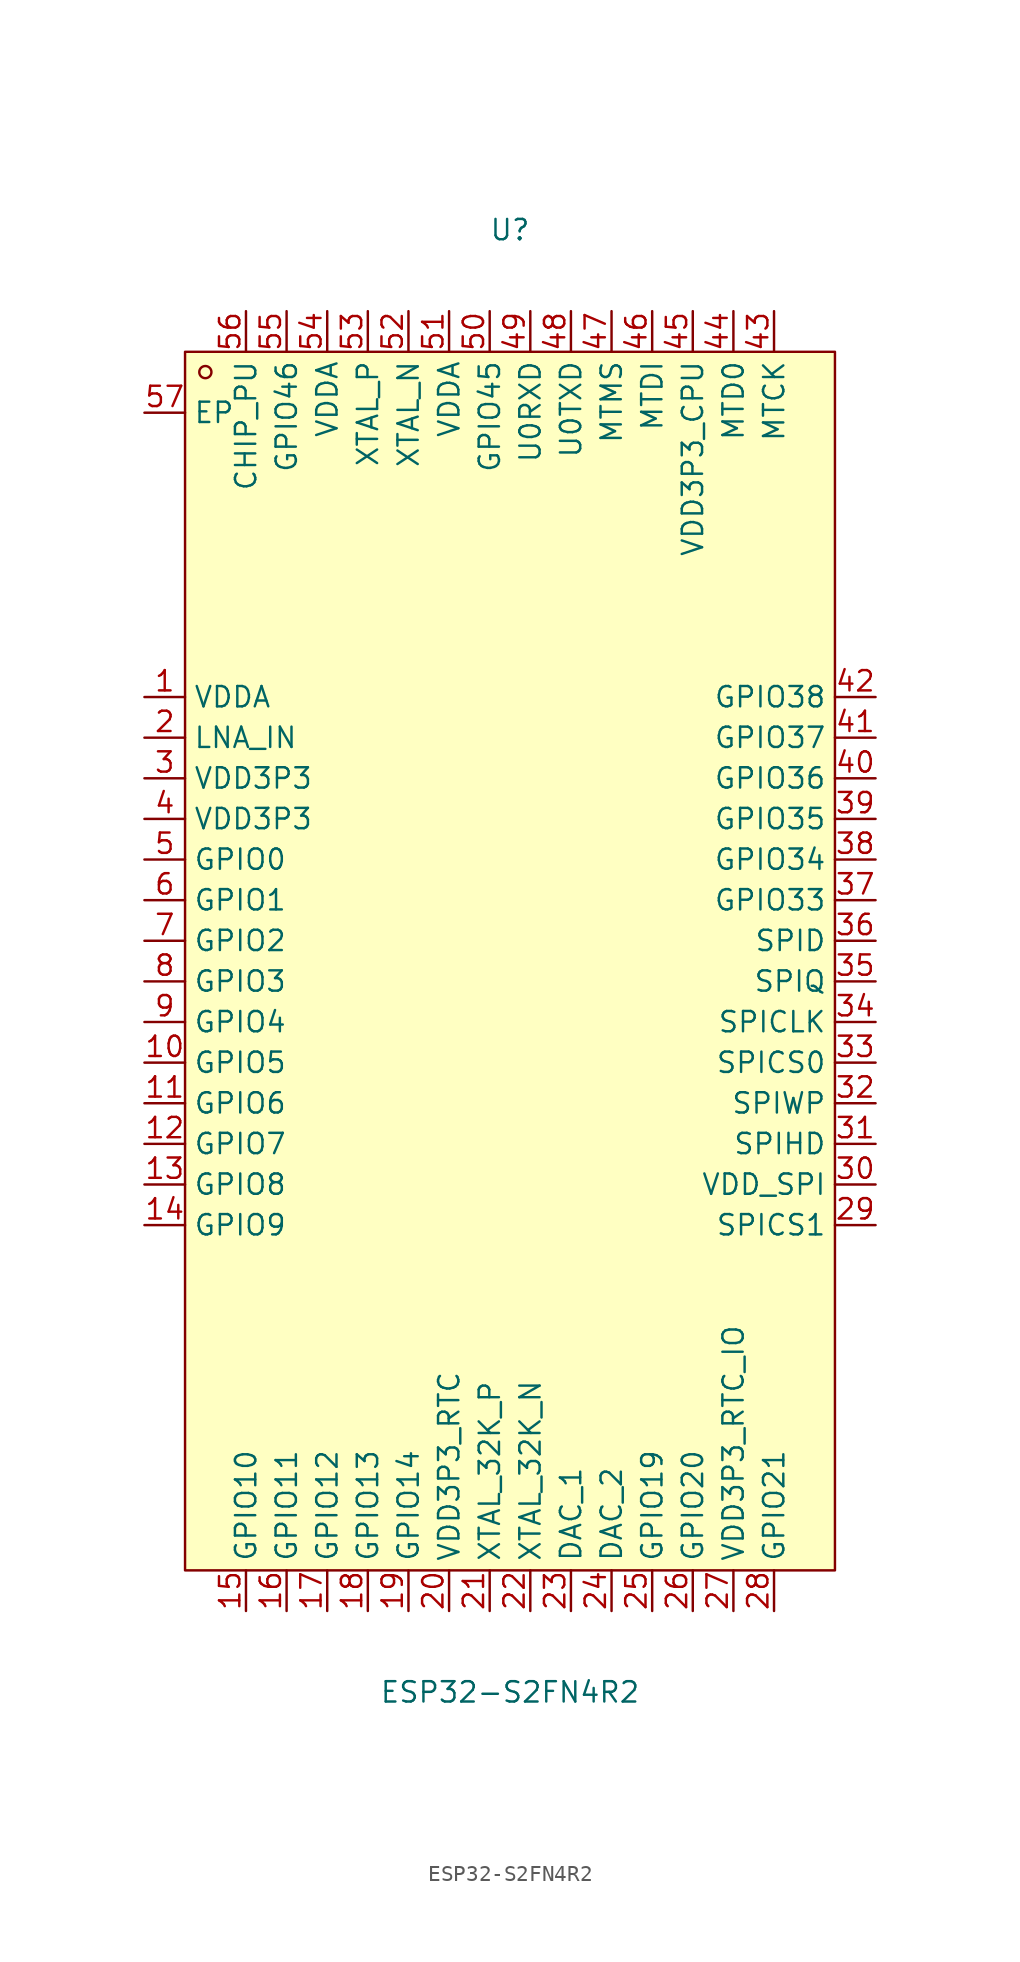
<source format=kicad_sym>
(kicad_symbol_lib
  (version 20211014)
  (generator https://github.com/uPesy/easyeda2kicad.py)
  (symbol "ESP32-S2FN4R2"
    (property "Reference" "U"
      (at 0 45.72 0)
      (effects (font (size 1.27 1.27))))
    (property "Value" "ESP32-S2FN4R2"
      (at 0 -45.72 0)
      (effects (font (size 1.27 1.27))))
    (symbol "ESP32-S2FN4R2_0_1"
      (rectangle (start -20.32 38.10) (end 20.32 -38.10) (stroke (width 0) (type default) (color 0 0 0 0)) (fill (type background)))
      (circle (center -19.05 36.83) (radius 0.38) (stroke (width 0) (type default) (color 0 0 0 0)) (fill (type none)))
      (pin unspecified line (at -22.86 16.51 0) (length 2.54) (name "VDDA" (effects (font (size 1.27 1.27)))) (number "1" (effects (font (size 1.27 1.27)))))
      (pin unspecified line (at -22.86 13.97 0) (length 2.54) (name "LNA_IN" (effects (font (size 1.27 1.27)))) (number "2" (effects (font (size 1.27 1.27)))))
      (pin unspecified line (at -22.86 11.43 0) (length 2.54) (name "VDD3P3" (effects (font (size 1.27 1.27)))) (number "3" (effects (font (size 1.27 1.27)))))
      (pin unspecified line (at -22.86 8.89 0) (length 2.54) (name "VDD3P3" (effects (font (size 1.27 1.27)))) (number "4" (effects (font (size 1.27 1.27)))))
      (pin unspecified line (at -22.86 6.35 0) (length 2.54) (name "GPIO0" (effects (font (size 1.27 1.27)))) (number "5" (effects (font (size 1.27 1.27)))))
      (pin unspecified line (at -22.86 3.81 0) (length 2.54) (name "GPIO1" (effects (font (size 1.27 1.27)))) (number "6" (effects (font (size 1.27 1.27)))))
      (pin unspecified line (at -22.86 1.27 0) (length 2.54) (name "GPIO2" (effects (font (size 1.27 1.27)))) (number "7" (effects (font (size 1.27 1.27)))))
      (pin unspecified line (at -22.86 -1.27 0) (length 2.54) (name "GPIO3" (effects (font (size 1.27 1.27)))) (number "8" (effects (font (size 1.27 1.27)))))
      (pin unspecified line (at -22.86 -3.81 0) (length 2.54) (name "GPIO4" (effects (font (size 1.27 1.27)))) (number "9" (effects (font (size 1.27 1.27)))))
      (pin unspecified line (at -22.86 -6.35 0) (length 2.54) (name "GPIO5" (effects (font (size 1.27 1.27)))) (number "10" (effects (font (size 1.27 1.27)))))
      (pin unspecified line (at -22.86 -8.89 0) (length 2.54) (name "GPIO6" (effects (font (size 1.27 1.27)))) (number "11" (effects (font (size 1.27 1.27)))))
      (pin unspecified line (at -22.86 -11.43 0) (length 2.54) (name "GPIO7" (effects (font (size 1.27 1.27)))) (number "12" (effects (font (size 1.27 1.27)))))
      (pin unspecified line (at -22.86 -13.97 0) (length 2.54) (name "GPIO8" (effects (font (size 1.27 1.27)))) (number "13" (effects (font (size 1.27 1.27)))))
      (pin unspecified line (at -22.86 -16.51 0) (length 2.54) (name "GPIO9" (effects (font (size 1.27 1.27)))) (number "14" (effects (font (size 1.27 1.27)))))
      (pin unspecified line (at -16.51 -40.64 90) (length 2.54) (name "GPIO10" (effects (font (size 1.27 1.27)))) (number "15" (effects (font (size 1.27 1.27)))))
      (pin unspecified line (at -13.97 -40.64 90) (length 2.54) (name "GPIO11" (effects (font (size 1.27 1.27)))) (number "16" (effects (font (size 1.27 1.27)))))
      (pin unspecified line (at -11.43 -40.64 90) (length 2.54) (name "GPIO12" (effects (font (size 1.27 1.27)))) (number "17" (effects (font (size 1.27 1.27)))))
      (pin unspecified line (at -8.89 -40.64 90) (length 2.54) (name "GPIO13" (effects (font (size 1.27 1.27)))) (number "18" (effects (font (size 1.27 1.27)))))
      (pin unspecified line (at -6.35 -40.64 90) (length 2.54) (name "GPIO14" (effects (font (size 1.27 1.27)))) (number "19" (effects (font (size 1.27 1.27)))))
      (pin unspecified line (at -3.81 -40.64 90) (length 2.54) (name "VDD3P3_RTC" (effects (font (size 1.27 1.27)))) (number "20" (effects (font (size 1.27 1.27)))))
      (pin unspecified line (at -1.27 -40.64 90) (length 2.54) (name "XTAL_32K_P" (effects (font (size 1.27 1.27)))) (number "21" (effects (font (size 1.27 1.27)))))
      (pin unspecified line (at 1.27 -40.64 90) (length 2.54) (name "XTAL_32K_N" (effects (font (size 1.27 1.27)))) (number "22" (effects (font (size 1.27 1.27)))))
      (pin unspecified line (at 3.81 -40.64 90) (length 2.54) (name "DAC_1" (effects (font (size 1.27 1.27)))) (number "23" (effects (font (size 1.27 1.27)))))
      (pin unspecified line (at 6.35 -40.64 90) (length 2.54) (name "DAC_2" (effects (font (size 1.27 1.27)))) (number "24" (effects (font (size 1.27 1.27)))))
      (pin unspecified line (at 8.89 -40.64 90) (length 2.54) (name "GPIO19" (effects (font (size 1.27 1.27)))) (number "25" (effects (font (size 1.27 1.27)))))
      (pin unspecified line (at 11.43 -40.64 90) (length 2.54) (name "GPIO20" (effects (font (size 1.27 1.27)))) (number "26" (effects (font (size 1.27 1.27)))))
      (pin unspecified line (at 13.97 -40.64 90) (length 2.54) (name "VDD3P3_RTC_IO" (effects (font (size 1.27 1.27)))) (number "27" (effects (font (size 1.27 1.27)))))
      (pin unspecified line (at 16.51 -40.64 90) (length 2.54) (name "GPIO21" (effects (font (size 1.27 1.27)))) (number "28" (effects (font (size 1.27 1.27)))))
      (pin unspecified line (at 22.86 -16.51 180) (length 2.54) (name "SPICS1" (effects (font (size 1.27 1.27)))) (number "29" (effects (font (size 1.27 1.27)))))
      (pin unspecified line (at 22.86 -13.97 180) (length 2.54) (name "VDD_SPI" (effects (font (size 1.27 1.27)))) (number "30" (effects (font (size 1.27 1.27)))))
      (pin unspecified line (at 22.86 -11.43 180) (length 2.54) (name "SPIHD" (effects (font (size 1.27 1.27)))) (number "31" (effects (font (size 1.27 1.27)))))
      (pin unspecified line (at 22.86 -8.89 180) (length 2.54) (name "SPIWP" (effects (font (size 1.27 1.27)))) (number "32" (effects (font (size 1.27 1.27)))))
      (pin unspecified line (at 22.86 -6.35 180) (length 2.54) (name "SPICS0" (effects (font (size 1.27 1.27)))) (number "33" (effects (font (size 1.27 1.27)))))
      (pin unspecified line (at 22.86 -3.81 180) (length 2.54) (name "SPICLK" (effects (font (size 1.27 1.27)))) (number "34" (effects (font (size 1.27 1.27)))))
      (pin unspecified line (at 22.86 -1.27 180) (length 2.54) (name "SPIQ" (effects (font (size 1.27 1.27)))) (number "35" (effects (font (size 1.27 1.27)))))
      (pin unspecified line (at 22.86 1.27 180) (length 2.54) (name "SPID" (effects (font (size 1.27 1.27)))) (number "36" (effects (font (size 1.27 1.27)))))
      (pin unspecified line (at 22.86 3.81 180) (length 2.54) (name "GPIO33" (effects (font (size 1.27 1.27)))) (number "37" (effects (font (size 1.27 1.27)))))
      (pin unspecified line (at 22.86 6.35 180) (length 2.54) (name "GPIO34" (effects (font (size 1.27 1.27)))) (number "38" (effects (font (size 1.27 1.27)))))
      (pin unspecified line (at 22.86 8.89 180) (length 2.54) (name "GPIO35" (effects (font (size 1.27 1.27)))) (number "39" (effects (font (size 1.27 1.27)))))
      (pin unspecified line (at 22.86 11.43 180) (length 2.54) (name "GPIO36" (effects (font (size 1.27 1.27)))) (number "40" (effects (font (size 1.27 1.27)))))
      (pin unspecified line (at 22.86 13.97 180) (length 2.54) (name "GPIO37" (effects (font (size 1.27 1.27)))) (number "41" (effects (font (size 1.27 1.27)))))
      (pin unspecified line (at 22.86 16.51 180) (length 2.54) (name "GPIO38" (effects (font (size 1.27 1.27)))) (number "42" (effects (font (size 1.27 1.27)))))
      (pin unspecified line (at 16.51 40.64 270) (length 2.54) (name "MTCK" (effects (font (size 1.27 1.27)))) (number "43" (effects (font (size 1.27 1.27)))))
      (pin unspecified line (at 13.97 40.64 270) (length 2.54) (name "MTD0" (effects (font (size 1.27 1.27)))) (number "44" (effects (font (size 1.27 1.27)))))
      (pin unspecified line (at 11.43 40.64 270) (length 2.54) (name "VDD3P3_CPU" (effects (font (size 1.27 1.27)))) (number "45" (effects (font (size 1.27 1.27)))))
      (pin unspecified line (at 8.89 40.64 270) (length 2.54) (name "MTDI" (effects (font (size 1.27 1.27)))) (number "46" (effects (font (size 1.27 1.27)))))
      (pin unspecified line (at 6.35 40.64 270) (length 2.54) (name "MTMS" (effects (font (size 1.27 1.27)))) (number "47" (effects (font (size 1.27 1.27)))))
      (pin unspecified line (at 3.81 40.64 270) (length 2.54) (name "U0TXD" (effects (font (size 1.27 1.27)))) (number "48" (effects (font (size 1.27 1.27)))))
      (pin unspecified line (at 1.27 40.64 270) (length 2.54) (name "U0RXD" (effects (font (size 1.27 1.27)))) (number "49" (effects (font (size 1.27 1.27)))))
      (pin unspecified line (at -1.27 40.64 270) (length 2.54) (name "GPIO45" (effects (font (size 1.27 1.27)))) (number "50" (effects (font (size 1.27 1.27)))))
      (pin unspecified line (at -3.81 40.64 270) (length 2.54) (name "VDDA" (effects (font (size 1.27 1.27)))) (number "51" (effects (font (size 1.27 1.27)))))
      (pin unspecified line (at -6.35 40.64 270) (length 2.54) (name "XTAL_N" (effects (font (size 1.27 1.27)))) (number "52" (effects (font (size 1.27 1.27)))))
      (pin unspecified line (at -8.89 40.64 270) (length 2.54) (name "XTAL_P" (effects (font (size 1.27 1.27)))) (number "53" (effects (font (size 1.27 1.27)))))
      (pin unspecified line (at -11.43 40.64 270) (length 2.54) (name "VDDA" (effects (font (size 1.27 1.27)))) (number "54" (effects (font (size 1.27 1.27)))))
      (pin unspecified line (at -13.97 40.64 270) (length 2.54) (name "GPIO46" (effects (font (size 1.27 1.27)))) (number "55" (effects (font (size 1.27 1.27)))))
      (pin unspecified line (at -16.51 40.64 270) (length 2.54) (name "CHIP_PU" (effects (font (size 1.27 1.27)))) (number "56" (effects (font (size 1.27 1.27)))))
      (pin unspecified line (at -22.86 34.29 0) (length 2.54) (name "EP" (effects (font (size 1.27 1.27)))) (number "57" (effects (font (size 1.27 1.27))))))))
</source>
